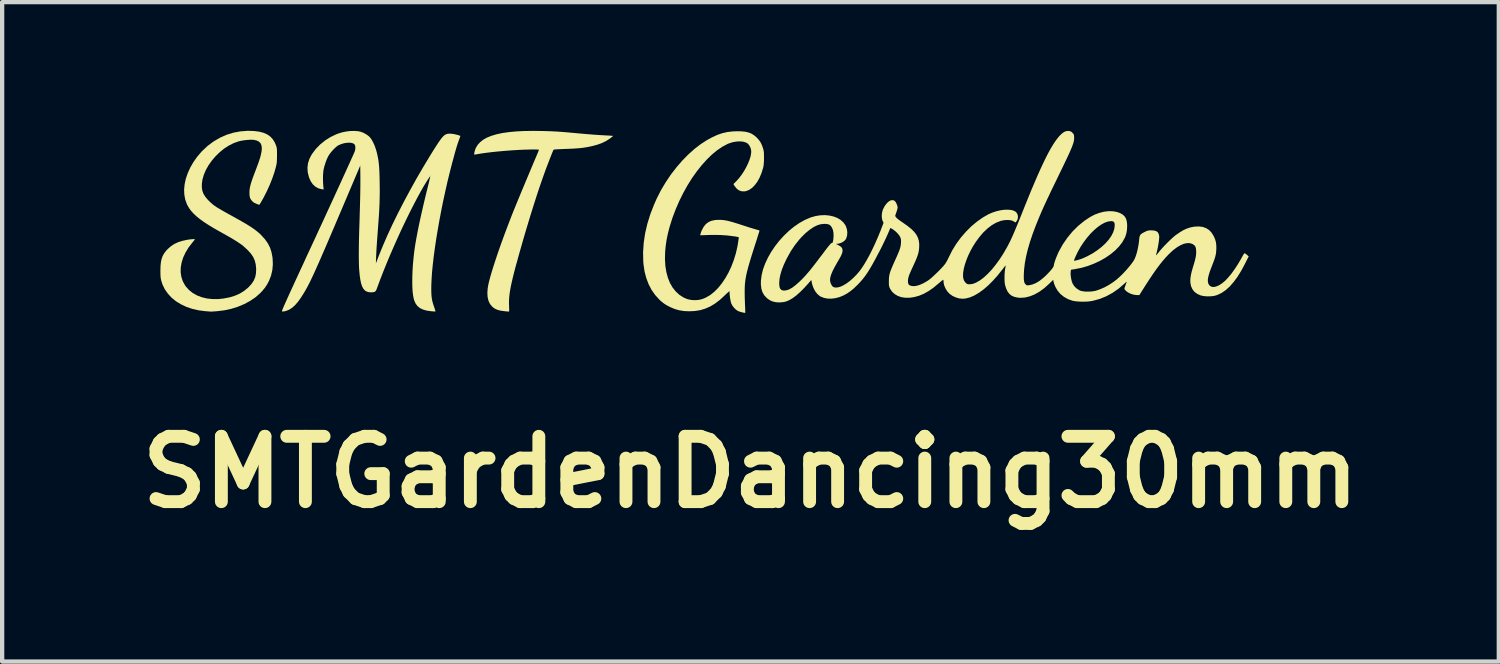
<source format=kicad_pcb>
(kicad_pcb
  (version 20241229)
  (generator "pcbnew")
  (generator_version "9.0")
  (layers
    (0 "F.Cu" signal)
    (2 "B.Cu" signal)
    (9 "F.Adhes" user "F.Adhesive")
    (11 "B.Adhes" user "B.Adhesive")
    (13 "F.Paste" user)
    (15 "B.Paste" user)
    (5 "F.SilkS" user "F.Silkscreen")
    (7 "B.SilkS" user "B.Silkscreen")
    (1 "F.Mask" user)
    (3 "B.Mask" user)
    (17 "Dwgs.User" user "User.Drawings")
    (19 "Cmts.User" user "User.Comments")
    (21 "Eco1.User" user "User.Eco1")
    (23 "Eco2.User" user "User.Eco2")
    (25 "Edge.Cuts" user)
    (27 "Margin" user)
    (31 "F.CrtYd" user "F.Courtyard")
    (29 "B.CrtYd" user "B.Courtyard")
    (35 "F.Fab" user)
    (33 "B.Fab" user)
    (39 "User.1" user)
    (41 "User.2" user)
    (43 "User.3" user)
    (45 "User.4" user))
  (footprint "SMTGardenDancing30mm"
    (layer "F.Cu")
    (at 14.449 7.958)
    (property "Reference" "SMTGardenDancing30mm" (at 0 0 0) (layer "F.SilkS") (effects (font (size 1.524 1.524) (thickness 0.3))))
    (attr board_only exclude_from_pos_files exclude_from_bom)
    (fp_poly (pts (xy -4.835 -7.953) (xy -4.802 -7.952) (xy -4.734 -7.95) (xy -4.674 -7.948) (xy -4.619 -7.946) (xy -4.568 -7.943) (xy -4.518 -7.941) (xy -4.465 -7.937) (xy -4.408 -7.933) (xy -4.344 -7.928) (xy -4.271 -7.922) (xy -4.185 -7.914) (xy -4.084 -7.905) (xy -3.967 -7.894) (xy -3.874 -7.886) (xy -3.777 -7.878) (xy -3.679 -7.87) (xy -3.586 -7.863) (xy -3.503 -7.858) (xy -3.433 -7.854) (xy -3.422 -7.853) (xy -3.359 -7.85) (xy -3.302 -7.847) (xy -3.256 -7.844) (xy -3.223 -7.841) (xy -3.206 -7.84) (xy -3.204 -7.839) (xy -3.21 -7.832) (xy -3.228 -7.816) (xy -3.256 -7.794) (xy -3.268 -7.784) (xy -3.355 -7.727) (xy -3.452 -7.678) (xy -3.561 -7.637) (xy -3.686 -7.603) (xy -3.774 -7.584) (xy -3.841 -7.572) (xy -3.907 -7.562) (xy -3.977 -7.554) (xy -4.053 -7.548) (xy -4.139 -7.542) (xy -4.238 -7.538) (xy -4.33 -7.535) (xy -4.399 -7.532) (xy -4.462 -7.529) (xy -4.515 -7.526) (xy -4.556 -7.523) (xy -4.582 -7.52) (xy -4.591 -7.517) (xy -4.598 -7.505) (xy -4.61 -7.476) (xy -4.628 -7.434) (xy -4.649 -7.38) (xy -4.674 -7.317) (xy -4.701 -7.247) (xy -4.729 -7.174) (xy -4.758 -7.099) (xy -4.785 -7.025) (xy -4.797 -6.993) (xy -4.855 -6.83) (xy -4.917 -6.65) (xy -4.982 -6.454) (xy -5.049 -6.245) (xy -5.118 -6.025) (xy -5.188 -5.795) (xy -5.259 -5.559) (xy -5.329 -5.317) (xy -5.34 -5.277) (xy -5.391 -5.099) (xy -5.435 -4.939) (xy -5.475 -4.796) (xy -5.509 -4.667) (xy -5.538 -4.551) (xy -5.562 -4.448) (xy -5.583 -4.354) (xy -5.599 -4.27) (xy -5.612 -4.194) (xy -5.621 -4.124) (xy -5.627 -4.058) (xy -5.63 -3.996) (xy -5.631 -3.936) (xy -5.629 -3.877) (xy -5.629 -3.869) (xy -5.627 -3.816) (xy -5.626 -3.781) (xy -5.627 -3.759) (xy -5.63 -3.747) (xy -5.635 -3.743) (xy -5.64 -3.743) (xy -5.658 -3.744) (xy -5.689 -3.747) (xy -5.729 -3.751) (xy -5.738 -3.752) (xy -5.829 -3.765) (xy -5.904 -3.785) (xy -5.965 -3.814) (xy -6.017 -3.853) (xy -6.061 -3.904) (xy -6.081 -3.934) (xy -6.111 -4.001) (xy -6.129 -4.082) (xy -6.135 -4.176) (xy -6.128 -4.281) (xy -6.113 -4.369) (xy -6.094 -4.451) (xy -6.068 -4.549) (xy -6.035 -4.663) (xy -5.996 -4.789) (xy -5.951 -4.927) (xy -5.902 -5.075) (xy -5.848 -5.231) (xy -5.79 -5.393) (xy -5.729 -5.56) (xy -5.665 -5.73) (xy -5.599 -5.902) (xy -5.532 -6.073) (xy -5.487 -6.182) (xy -5.46 -6.249) (xy -5.426 -6.331) (xy -5.387 -6.426) (xy -5.344 -6.53) (xy -5.297 -6.642) (xy -5.249 -6.758) (xy -5.199 -6.876) (xy -5.15 -6.993) (xy -5.103 -7.105) (xy -5.059 -7.21) (xy -5.018 -7.306) (xy -5.013 -7.318) (xy -4.989 -7.375) (xy -4.967 -7.426) (xy -4.95 -7.469) (xy -4.938 -7.499) (xy -4.932 -7.514) (xy -4.932 -7.515) (xy -4.942 -7.519) (xy -4.969 -7.521) (xy -5.011 -7.522) (xy -5.066 -7.523) (xy -5.132 -7.522) (xy -5.206 -7.52) (xy -5.285 -7.518) (xy -5.367 -7.514) (xy -5.392 -7.513) (xy -5.557 -7.503) (xy -5.719 -7.491) (xy -5.876 -7.477) (xy -6.024 -7.462) (xy -6.161 -7.445) (xy -6.282 -7.428) (xy -6.342 -7.418) (xy -6.382 -7.411) (xy -6.414 -7.406) (xy -6.433 -7.403) (xy -6.436 -7.403) (xy -6.442 -7.411) (xy -6.441 -7.434) (xy -6.435 -7.467) (xy -6.424 -7.504) (xy -6.411 -7.542) (xy -6.403 -7.56) (xy -6.361 -7.63) (xy -6.304 -7.693) (xy -6.232 -7.75) (xy -6.145 -7.799) (xy -6.041 -7.841) (xy -5.921 -7.877) (xy -5.784 -7.906) (xy -5.63 -7.928) (xy -5.458 -7.944) (xy -5.269 -7.953) (xy -5.061 -7.956)) (stroke (width 0) (type solid)) (fill yes) (layer "F.SilkS"))
    (fp_poly (pts (xy -0.207 -7.945) (xy -0.12 -7.936) (xy -0.045 -7.919) (xy 0.02 -7.893) (xy 0.079 -7.857) (xy 0.135 -7.81) (xy 0.15 -7.796) (xy 0.196 -7.745) (xy 0.232 -7.694) (xy 0.261 -7.637) (xy 0.287 -7.568) (xy 0.292 -7.553) (xy 0.301 -7.521) (xy 0.307 -7.491) (xy 0.312 -7.459) (xy 0.314 -7.419) (xy 0.315 -7.367) (xy 0.315 -7.323) (xy 0.314 -7.255) (xy 0.311 -7.202) (xy 0.307 -7.159) (xy 0.301 -7.12) (xy 0.292 -7.085) (xy 0.256 -6.969) (xy 0.212 -6.865) (xy 0.161 -6.772) (xy 0.103 -6.694) (xy 0.041 -6.63) (xy -0.026 -6.583) (xy -0.095 -6.554) (xy -0.136 -6.546) (xy -0.203 -6.547) (xy -0.264 -6.567) (xy -0.318 -6.606) (xy -0.365 -6.663) (xy -0.37 -6.671) (xy -0.398 -6.716) (xy -0.331 -6.782) (xy -0.268 -6.852) (xy -0.208 -6.931) (xy -0.151 -7.017) (xy -0.101 -7.106) (xy -0.057 -7.196) (xy -0.022 -7.283) (xy 0.003 -7.364) (xy 0.016 -7.438) (xy 0.017 -7.495) (xy 0.004 -7.554) (xy -0.021 -7.608) (xy -0.055 -7.652) (xy -0.066 -7.662) (xy -0.116 -7.689) (xy -0.178 -7.706) (xy -0.251 -7.712) (xy -0.33 -7.707) (xy -0.412 -7.693) (xy -0.494 -7.667) (xy -0.535 -7.651) (xy -0.657 -7.586) (xy -0.779 -7.503) (xy -0.9 -7.403) (xy -1.02 -7.286) (xy -1.138 -7.155) (xy -1.252 -7.011) (xy -1.363 -6.855) (xy -1.468 -6.687) (xy -1.566 -6.511) (xy -1.658 -6.326) (xy -1.741 -6.135) (xy -1.816 -5.938) (xy -1.836 -5.877) (xy -1.887 -5.714) (xy -1.926 -5.562) (xy -1.956 -5.417) (xy -1.977 -5.272) (xy -1.99 -5.132) (xy -1.994 -4.966) (xy -1.985 -4.81) (xy -1.962 -4.665) (xy -1.926 -4.532) (xy -1.878 -4.412) (xy -1.817 -4.305) (xy -1.744 -4.213) (xy -1.66 -4.135) (xy -1.564 -4.073) (xy -1.546 -4.064) (xy -1.462 -4.03) (xy -1.376 -4.013) (xy -1.297 -4.009) (xy -1.224 -4.013) (xy -1.158 -4.025) (xy -1.092 -4.047) (xy -1.035 -4.072) (xy -0.938 -4.129) (xy -0.844 -4.204) (xy -0.753 -4.295) (xy -0.667 -4.402) (xy -0.586 -4.522) (xy -0.512 -4.653) (xy -0.446 -4.794) (xy -0.389 -4.944) (xy -0.341 -5.1) (xy -0.306 -5.252) (xy -0.299 -5.291) (xy -0.292 -5.334) (xy -0.285 -5.379) (xy -0.279 -5.42) (xy -0.275 -5.453) (xy -0.274 -5.474) (xy -0.274 -5.479) (xy -0.284 -5.481) (xy -0.309 -5.485) (xy -0.345 -5.492) (xy -0.37 -5.496) (xy -0.535 -5.517) (xy -0.715 -5.529) (xy -0.91 -5.53) (xy -0.959 -5.529) (xy -1.172 -5.522) (xy -1.165 -5.555) (xy -1.157 -5.583) (xy -1.144 -5.618) (xy -1.135 -5.639) (xy -1.092 -5.719) (xy -1.041 -5.782) (xy -0.98 -5.829) (xy -0.909 -5.86) (xy -0.824 -5.878) (xy -0.741 -5.882) (xy -0.693 -5.881) (xy -0.647 -5.878) (xy -0.599 -5.872) (xy -0.548 -5.863) (xy -0.491 -5.849) (xy -0.424 -5.831) (xy -0.346 -5.807) (xy -0.252 -5.778) (xy -0.19 -5.757) (xy -0.115 -5.733) (xy -0.044 -5.71) (xy 0.021 -5.69) (xy 0.077 -5.673) (xy 0.121 -5.66) (xy 0.149 -5.652) (xy 0.153 -5.652) (xy 0.183 -5.643) (xy 0.204 -5.635) (xy 0.21 -5.629) (xy 0.207 -5.618) (xy 0.199 -5.59) (xy 0.185 -5.547) (xy 0.168 -5.492) (xy 0.148 -5.426) (xy 0.124 -5.353) (xy 0.1 -5.278) (xy 0.054 -5.134) (xy 0.014 -5.006) (xy -0.02 -4.893) (xy -0.049 -4.792) (xy -0.073 -4.702) (xy -0.093 -4.619) (xy -0.108 -4.543) (xy -0.12 -4.47) (xy -0.128 -4.399) (xy -0.133 -4.328) (xy -0.135 -4.253) (xy -0.135 -4.174) (xy -0.134 -4.087) (xy -0.131 -3.992) (xy -0.13 -3.982) (xy -0.128 -3.912) (xy -0.125 -3.849) (xy -0.123 -3.796) (xy -0.122 -3.754) (xy -0.121 -3.728) (xy -0.12 -3.719) (xy -0.123 -3.714) (xy -0.134 -3.713) (xy -0.158 -3.717) (xy -0.196 -3.726) (xy -0.202 -3.727) (xy -0.242 -3.738) (xy -0.28 -3.752) (xy -0.298 -3.76) (xy -0.342 -3.791) (xy -0.386 -3.834) (xy -0.423 -3.884) (xy -0.448 -3.933) (xy -0.458 -3.966) (xy -0.467 -4.011) (xy -0.476 -4.061) (xy -0.482 -4.113) (xy -0.487 -4.159) (xy -0.488 -4.196) (xy -0.486 -4.216) (xy -0.491 -4.217) (xy -0.508 -4.205) (xy -0.535 -4.181) (xy -0.573 -4.147) (xy -0.598 -4.122) (xy -0.712 -4.017) (xy -0.825 -3.931) (xy -0.937 -3.863) (xy -1.052 -3.812) (xy -1.171 -3.776) (xy -1.297 -3.756) (xy -1.426 -3.75) (xy -1.549 -3.755) (xy -1.662 -3.773) (xy -1.77 -3.804) (xy -1.868 -3.846) (xy -1.937 -3.881) (xy -1.993 -3.914) (xy -2.043 -3.95) (xy -2.094 -3.993) (xy -2.121 -4.018) (xy -2.219 -4.125) (xy -2.304 -4.245) (xy -2.374 -4.378) (xy -2.429 -4.523) (xy -2.47 -4.678) (xy -2.494 -4.843) (xy -2.5 -4.915) (xy -2.504 -5.132) (xy -2.489 -5.35) (xy -2.456 -5.57) (xy -2.404 -5.792) (xy -2.334 -6.017) (xy -2.244 -6.247) (xy -2.183 -6.385) (xy -2.087 -6.573) (xy -1.978 -6.756) (xy -1.859 -6.933) (xy -1.73 -7.101) (xy -1.594 -7.259) (xy -1.452 -7.404) (xy -1.306 -7.535) (xy -1.157 -7.649) (xy -1.025 -7.735) (xy -0.896 -7.806) (xy -0.774 -7.862) (xy -0.655 -7.903) (xy -0.535 -7.93) (xy -0.411 -7.944) (xy -0.31 -7.948)) (stroke (width 0) (type solid)) (fill yes) (layer "F.SilkS"))
    (fp_poly (pts (xy -11.573 -7.953) (xy -11.456 -7.938) (xy -11.355 -7.912) (xy -11.269 -7.874) (xy -11.198 -7.825) (xy -11.139 -7.762) (xy -11.092 -7.686) (xy -11.062 -7.614) (xy -11.053 -7.587) (xy -11.047 -7.561) (xy -11.043 -7.532) (xy -11.041 -7.496) (xy -11.04 -7.449) (xy -11.04 -7.386) (xy -11.04 -7.383) (xy -11.041 -7.314) (xy -11.043 -7.261) (xy -11.046 -7.216) (xy -11.052 -7.177) (xy -11.061 -7.136) (xy -11.064 -7.123) (xy -11.102 -6.986) (xy -11.153 -6.84) (xy -11.213 -6.69) (xy -11.281 -6.541) (xy -11.354 -6.398) (xy -11.4 -6.317) (xy -11.42 -6.282) (xy -11.437 -6.254) (xy -11.447 -6.238) (xy -11.449 -6.235) (xy -11.461 -6.235) (xy -11.484 -6.242) (xy -11.515 -6.254) (xy -11.547 -6.269) (xy -11.576 -6.283) (xy -11.587 -6.29) (xy -11.616 -6.315) (xy -11.643 -6.348) (xy -11.652 -6.361) (xy -11.666 -6.388) (xy -11.674 -6.414) (xy -11.68 -6.448) (xy -11.682 -6.495) (xy -11.682 -6.497) (xy -11.682 -6.551) (xy -11.677 -6.607) (xy -11.665 -6.667) (xy -11.647 -6.735) (xy -11.621 -6.815) (xy -11.587 -6.908) (xy -11.58 -6.929) (xy -11.544 -7.022) (xy -11.515 -7.1) (xy -11.491 -7.164) (xy -11.472 -7.216) (xy -11.457 -7.26) (xy -11.445 -7.297) (xy -11.434 -7.33) (xy -11.426 -7.361) (xy -11.419 -7.385) (xy -11.4 -7.476) (xy -11.394 -7.553) (xy -11.402 -7.617) (xy -11.423 -7.667) (xy -11.459 -7.704) (xy -11.509 -7.73) (xy -11.574 -7.746) (xy -11.592 -7.748) (xy -11.652 -7.75) (xy -11.724 -7.746) (xy -11.801 -7.738) (xy -11.876 -7.726) (xy -11.935 -7.712) (xy -12.05 -7.671) (xy -12.163 -7.614) (xy -12.273 -7.543) (xy -12.376 -7.459) (xy -12.472 -7.366) (xy -12.559 -7.264) (xy -12.635 -7.157) (xy -12.698 -7.046) (xy -12.747 -6.932) (xy -12.779 -6.819) (xy -12.792 -6.723) (xy -12.793 -6.637) (xy -12.781 -6.561) (xy -12.755 -6.49) (xy -12.714 -6.423) (xy -12.657 -6.354) (xy -12.631 -6.327) (xy -12.597 -6.294) (xy -12.564 -6.265) (xy -12.53 -6.236) (xy -12.491 -6.207) (xy -12.447 -6.177) (xy -12.394 -6.145) (xy -12.332 -6.108) (xy -12.258 -6.066) (xy -12.17 -6.017) (xy -12.09 -5.973) (xy -11.966 -5.904) (xy -11.858 -5.843) (xy -11.765 -5.789) (xy -11.684 -5.739) (xy -11.615 -5.694) (xy -11.554 -5.651) (xy -11.501 -5.609) (xy -11.453 -5.569) (xy -11.41 -5.527) (xy -11.404 -5.521) (xy -11.32 -5.428) (xy -11.254 -5.334) (xy -11.204 -5.236) (xy -11.169 -5.13) (xy -11.147 -5.014) (xy -11.143 -4.984) (xy -11.137 -4.845) (xy -11.149 -4.71) (xy -11.179 -4.581) (xy -11.224 -4.465) (xy -11.27 -4.377) (xy -11.321 -4.3) (xy -11.382 -4.226) (xy -11.434 -4.171) (xy -11.542 -4.076) (xy -11.666 -3.992) (xy -11.803 -3.918) (xy -11.951 -3.856) (xy -12.107 -3.807) (xy -12.27 -3.772) (xy -12.435 -3.752) (xy -12.486 -3.748) (xy -12.532 -3.745) (xy -12.567 -3.743) (xy -12.588 -3.743) (xy -12.59 -3.743) (xy -12.608 -3.744) (xy -12.641 -3.747) (xy -12.683 -3.75) (xy -12.71 -3.752) (xy -12.867 -3.772) (xy -13.016 -3.806) (xy -13.154 -3.853) (xy -13.281 -3.913) (xy -13.396 -3.984) (xy -13.497 -4.066) (xy -13.583 -4.159) (xy -13.655 -4.261) (xy -13.709 -4.371) (xy -13.737 -4.457) (xy -13.746 -4.493) (xy -13.752 -4.529) (xy -13.756 -4.569) (xy -13.758 -4.619) (xy -13.759 -4.683) (xy -13.759 -4.697) (xy -13.756 -4.804) (xy -13.747 -4.895) (xy -13.73 -4.973) (xy -13.705 -5.042) (xy -13.669 -5.104) (xy -13.623 -5.164) (xy -13.586 -5.203) (xy -13.513 -5.267) (xy -13.435 -5.319) (xy -13.347 -5.36) (xy -13.247 -5.392) (xy -13.136 -5.416) (xy -13.083 -5.424) (xy -13.035 -5.429) (xy -12.995 -5.432) (xy -12.968 -5.432) (xy -12.955 -5.428) (xy -12.955 -5.427) (xy -12.961 -5.417) (xy -12.977 -5.396) (xy -13.001 -5.368) (xy -13.012 -5.354) (xy -13.101 -5.239) (xy -13.172 -5.122) (xy -13.227 -5.005) (xy -13.264 -4.888) (xy -13.284 -4.773) (xy -13.287 -4.662) (xy -13.271 -4.554) (xy -13.238 -4.452) (xy -13.186 -4.357) (xy -13.167 -4.329) (xy -13.094 -4.247) (xy -13.006 -4.177) (xy -12.906 -4.12) (xy -12.794 -4.077) (xy -12.672 -4.048) (xy -12.543 -4.034) (xy -12.406 -4.034) (xy -12.29 -4.047) (xy -12.149 -4.074) (xy -12.023 -4.112) (xy -11.91 -4.161) (xy -11.81 -4.223) (xy -11.719 -4.297) (xy -11.694 -4.321) (xy -11.628 -4.395) (xy -11.58 -4.469) (xy -11.548 -4.546) (xy -11.531 -4.63) (xy -11.526 -4.726) (xy -11.527 -4.752) (xy -11.537 -4.848) (xy -11.559 -4.935) (xy -11.595 -5.015) (xy -11.647 -5.092) (xy -11.717 -5.17) (xy -11.727 -5.18) (xy -11.77 -5.22) (xy -11.813 -5.259) (xy -11.859 -5.296) (xy -11.91 -5.333) (xy -11.968 -5.372) (xy -12.035 -5.414) (xy -12.112 -5.46) (xy -12.203 -5.512) (xy -12.308 -5.571) (xy -12.355 -5.597) (xy -12.499 -5.679) (xy -12.626 -5.755) (xy -12.737 -5.827) (xy -12.832 -5.895) (xy -12.914 -5.961) (xy -12.983 -6.025) (xy -13.041 -6.089) (xy -13.089 -6.154) (xy -13.128 -6.221) (xy -13.142 -6.249) (xy -13.18 -6.355) (xy -13.201 -6.469) (xy -13.206 -6.589) (xy -13.194 -6.713) (xy -13.166 -6.84) (xy -13.122 -6.969) (xy -13.064 -7.098) (xy -12.991 -7.225) (xy -12.904 -7.349) (xy -12.803 -7.468) (xy -12.785 -7.487) (xy -12.658 -7.606) (xy -12.52 -7.709) (xy -12.373 -7.795) (xy -12.219 -7.864) (xy -12.058 -7.914) (xy -11.891 -7.945) (xy -11.72 -7.958)) (stroke (width 0) (type solid)) (fill yes) (layer "F.SilkS"))
    (fp_poly (pts (xy -9.152 -7.949) (xy -9.083 -7.934) (xy -9.02 -7.909) (xy -8.957 -7.874) (xy -8.902 -7.834) (xy -8.865 -7.797) (xy -8.831 -7.748) (xy -8.796 -7.684) (xy -8.763 -7.61) (xy -8.735 -7.53) (xy -8.714 -7.458) (xy -8.699 -7.392) (xy -8.686 -7.329) (xy -8.675 -7.267) (xy -8.667 -7.201) (xy -8.66 -7.13) (xy -8.655 -7.05) (xy -8.651 -6.959) (xy -8.648 -6.853) (xy -8.646 -6.748) (xy -8.645 -6.645) (xy -8.644 -6.549) (xy -8.645 -6.458) (xy -8.647 -6.368) (xy -8.649 -6.277) (xy -8.653 -6.182) (xy -8.658 -6.08) (xy -8.665 -5.969) (xy -8.674 -5.846) (xy -8.684 -5.708) (xy -8.694 -5.572) (xy -8.701 -5.478) (xy -8.708 -5.384) (xy -8.714 -5.292) (xy -8.72 -5.206) (xy -8.724 -5.13) (xy -8.727 -5.068) (xy -8.729 -5.027) (xy -8.734 -4.867) (xy -8.671 -5.032) (xy -8.577 -5.264) (xy -8.471 -5.509) (xy -8.353 -5.765) (xy -8.224 -6.028) (xy -8.085 -6.298) (xy -7.938 -6.572) (xy -7.784 -6.849) (xy -7.744 -6.918) (xy -7.463 -6.918) (xy -7.458 -6.913) (xy -7.453 -6.918) (xy -7.458 -6.923) (xy -7.463 -6.918) (xy -7.744 -6.918) (xy -7.623 -7.125) (xy -7.457 -7.4) (xy -7.381 -7.522) (xy -7.323 -7.613) (xy -7.274 -7.688) (xy -7.231 -7.749) (xy -7.194 -7.797) (xy -7.161 -7.833) (xy -7.13 -7.859) (xy -7.099 -7.877) (xy -7.068 -7.887) (xy -7.034 -7.891) (xy -6.996 -7.891) (xy -6.979 -7.89) (xy -6.941 -7.886) (xy -6.897 -7.878) (xy -6.851 -7.867) (xy -6.81 -7.856) (xy -6.779 -7.845) (xy -6.765 -7.838) (xy -6.767 -7.828) (xy -6.775 -7.805) (xy -6.787 -7.772) (xy -6.791 -7.762) (xy -6.807 -7.718) (xy -6.824 -7.67) (xy -6.842 -7.614) (xy -6.862 -7.549) (xy -6.884 -7.472) (xy -6.909 -7.381) (xy -6.938 -7.273) (xy -6.952 -7.223) (xy -7.008 -7.005) (xy -7.063 -6.782) (xy -7.114 -6.555) (xy -7.164 -6.327) (xy -7.21 -6.099) (xy -7.253 -5.873) (xy -7.292 -5.651) (xy -7.328 -5.434) (xy -7.359 -5.225) (xy -7.386 -5.024) (xy -7.408 -4.835) (xy -7.425 -4.659) (xy -7.436 -4.497) (xy -7.442 -4.351) (xy -7.443 -4.287) (xy -7.442 -4.198) (xy -7.439 -4.124) (xy -7.432 -4.061) (xy -7.422 -4.002) (xy -7.407 -3.943) (xy -7.387 -3.88) (xy -7.381 -3.863) (xy -7.366 -3.819) (xy -7.354 -3.782) (xy -7.347 -3.757) (xy -7.345 -3.746) (xy -7.345 -3.746) (xy -7.356 -3.745) (xy -7.383 -3.746) (xy -7.42 -3.749) (xy -7.449 -3.751) (xy -7.551 -3.766) (xy -7.636 -3.79) (xy -7.706 -3.824) (xy -7.762 -3.869) (xy -7.806 -3.926) (xy -7.838 -3.997) (xy -7.853 -4.047) (xy -7.867 -4.12) (xy -7.878 -4.209) (xy -7.884 -4.314) (xy -7.886 -4.432) (xy -7.885 -4.559) (xy -7.88 -4.695) (xy -7.871 -4.836) (xy -7.858 -4.98) (xy -7.842 -5.125) (xy -7.833 -5.194) (xy -7.814 -5.319) (xy -7.789 -5.461) (xy -7.759 -5.619) (xy -7.724 -5.791) (xy -7.684 -5.975) (xy -7.64 -6.169) (xy -7.592 -6.372) (xy -7.541 -6.582) (xy -7.537 -6.596) (xy -7.519 -6.671) (xy -7.502 -6.738) (xy -7.488 -6.797) (xy -7.477 -6.845) (xy -7.47 -6.879) (xy -7.466 -6.897) (xy -7.466 -6.899) (xy -7.473 -6.893) (xy -7.488 -6.873) (xy -7.509 -6.842) (xy -7.535 -6.803) (xy -7.536 -6.801) (xy -7.611 -6.679) (xy -7.691 -6.54) (xy -7.775 -6.386) (xy -7.862 -6.219) (xy -7.952 -6.042) (xy -8.043 -5.856) (xy -8.135 -5.663) (xy -8.225 -5.466) (xy -8.314 -5.266) (xy -8.401 -5.066) (xy -8.484 -4.868) (xy -8.563 -4.673) (xy -8.636 -4.484) (xy -8.703 -4.303) (xy -8.708 -4.29) (xy -8.725 -4.246) (xy -8.744 -4.217) (xy -8.768 -4.201) (xy -8.803 -4.193) (xy -8.852 -4.192) (xy -8.907 -4.197) (xy -8.954 -4.212) (xy -8.994 -4.238) (xy -9.027 -4.277) (xy -9.055 -4.329) (xy -9.078 -4.396) (xy -9.096 -4.48) (xy -9.111 -4.58) (xy -9.122 -4.7) (xy -9.123 -4.712) (xy -9.128 -4.779) (xy -9.13 -4.857) (xy -9.132 -4.947) (xy -9.133 -5.05) (xy -9.132 -5.166) (xy -9.131 -5.297) (xy -9.128 -5.444) (xy -9.124 -5.608) (xy -9.118 -5.791) (xy -9.113 -5.947) (xy -9.11 -6.067) (xy -9.106 -6.19) (xy -9.103 -6.312) (xy -9.1 -6.432) (xy -9.098 -6.545) (xy -9.097 -6.649) (xy -9.096 -6.74) (xy -9.096 -6.817) (xy -9.096 -6.853) (xy -9.099 -7.148) (xy -9.343 -6.573) (xy -9.443 -6.337) (xy -9.535 -6.12) (xy -9.621 -5.919) (xy -9.699 -5.734) (xy -9.772 -5.564) (xy -9.838 -5.409) (xy -9.899 -5.267) (xy -9.955 -5.138) (xy -10.006 -5.021) (xy -10.052 -4.915) (xy -10.095 -4.819) (xy -10.133 -4.733) (xy -10.168 -4.655) (xy -10.2 -4.586) (xy -10.23 -4.523) (xy -10.257 -4.466) (xy -10.282 -4.415) (xy -10.306 -4.369) (xy -10.328 -4.326) (xy -10.35 -4.286) (xy -10.371 -4.248) (xy -10.392 -4.212) (xy -10.413 -4.176) (xy -10.418 -4.169) (xy -10.486 -4.061) (xy -10.551 -3.971) (xy -10.614 -3.898) (xy -10.676 -3.841) (xy -10.738 -3.798) (xy -10.767 -3.783) (xy -10.808 -3.766) (xy -10.848 -3.753) (xy -10.884 -3.746) (xy -10.91 -3.744) (xy -10.924 -3.75) (xy -10.924 -3.753) (xy -10.923 -3.759) (xy -10.92 -3.771) (xy -10.913 -3.788) (xy -10.904 -3.812) (xy -10.891 -3.843) (xy -10.874 -3.882) (xy -10.853 -3.929) (xy -10.828 -3.986) (xy -10.798 -4.052) (xy -10.763 -4.13) (xy -10.723 -4.218) (xy -10.676 -4.319) (xy -10.624 -4.433) (xy -10.565 -4.561) (xy -10.5 -4.702) (xy -10.427 -4.859) (xy -10.348 -5.032) (xy -10.26 -5.221) (xy -10.164 -5.428) (xy -10.141 -5.477) (xy -10.076 -5.619) (xy -10.009 -5.763) (xy -9.942 -5.908) (xy -9.875 -6.055) (xy -9.808 -6.2) (xy -9.742 -6.343) (xy -9.678 -6.483) (xy -9.616 -6.619) (xy -9.556 -6.749) (xy -9.5 -6.873) (xy -9.447 -6.988) (xy -9.399 -7.095) (xy -9.355 -7.191) (xy -9.317 -7.276) (xy -9.284 -7.348) (xy -9.258 -7.406) (xy -9.239 -7.45) (xy -9.227 -7.477) (xy -9.224 -7.486) (xy -9.214 -7.534) (xy -9.213 -7.581) (xy -9.221 -7.621) (xy -9.229 -7.637) (xy -9.255 -7.66) (xy -9.296 -7.675) (xy -9.349 -7.681) (xy -9.409 -7.679) (xy -9.473 -7.669) (xy -9.538 -7.65) (xy -9.601 -7.624) (xy -9.605 -7.623) (xy -9.642 -7.598) (xy -9.686 -7.56) (xy -9.732 -7.514) (xy -9.777 -7.463) (xy -9.816 -7.412) (xy -9.841 -7.373) (xy -9.876 -7.302) (xy -9.908 -7.218) (xy -9.936 -7.129) (xy -9.955 -7.048) (xy -9.962 -6.993) (xy -9.967 -6.924) (xy -9.968 -6.847) (xy -9.967 -6.768) (xy -9.962 -6.692) (xy -9.961 -6.674) (xy -9.952 -6.59) (xy -10.001 -6.597) (xy -10.079 -6.618) (xy -10.147 -6.657) (xy -10.206 -6.712) (xy -10.256 -6.785) (xy -10.295 -6.875) (xy -10.298 -6.887) (xy -10.324 -6.994) (xy -10.33 -7.099) (xy -10.317 -7.202) (xy -10.284 -7.304) (xy -10.231 -7.406) (xy -10.221 -7.421) (xy -10.136 -7.534) (xy -10.035 -7.638) (xy -9.921 -7.731) (xy -9.795 -7.811) (xy -9.66 -7.876) (xy -9.607 -7.896) (xy -9.518 -7.923) (xy -9.423 -7.942) (xy -9.328 -7.953) (xy -9.236 -7.955)) (stroke (width 0) (type solid)) (fill yes) (layer "F.SilkS"))
    (fp_poly (pts (xy 7.451 -7.95) (xy 7.488 -7.931) (xy 7.523 -7.895) (xy 7.527 -7.889) (xy 7.539 -7.869) (xy 7.545 -7.844) (xy 7.547 -7.808) (xy 7.547 -7.79) (xy 7.546 -7.763) (xy 7.543 -7.735) (xy 7.536 -7.704) (xy 7.527 -7.669) (xy 7.513 -7.628) (xy 7.496 -7.581) (xy 7.472 -7.525) (xy 7.444 -7.46) (xy 7.409 -7.383) (xy 7.367 -7.294) (xy 7.318 -7.191) (xy 7.261 -7.073) (xy 7.205 -6.958) (xy 7.135 -6.812) (xy 7.072 -6.683) (xy 7.016 -6.568) (xy 6.968 -6.465) (xy 6.924 -6.374) (xy 6.886 -6.291) (xy 6.851 -6.216) (xy 6.82 -6.147) (xy 6.791 -6.082) (xy 6.764 -6.019) (xy 6.748 -5.982) (xy 6.659 -5.765) (xy 6.582 -5.561) (xy 6.518 -5.371) (xy 6.466 -5.193) (xy 6.426 -5.026) (xy 6.397 -4.87) (xy 6.38 -4.723) (xy 6.375 -4.646) (xy 6.373 -4.57) (xy 6.373 -4.51) (xy 6.377 -4.465) (xy 6.384 -4.43) (xy 6.394 -4.404) (xy 6.409 -4.384) (xy 6.414 -4.379) (xy 6.432 -4.362) (xy 6.45 -4.355) (xy 6.473 -4.354) (xy 6.495 -4.357) (xy 6.577 -4.375) (xy 6.658 -4.409) (xy 6.742 -4.46) (xy 6.829 -4.529) (xy 6.88 -4.576) (xy 6.939 -4.635) (xy 6.989 -4.689) (xy 7.029 -4.737) (xy 7.057 -4.776) (xy 7.071 -4.806) (xy 7.073 -4.816) (xy 7.077 -4.844) (xy 7.088 -4.886) (xy 7.103 -4.932) (xy 7.543 -4.932) (xy 7.552 -4.929) (xy 7.577 -4.932) (xy 7.615 -4.941) (xy 7.664 -4.955) (xy 7.693 -4.964) (xy 7.731 -4.978) (xy 7.778 -4.998) (xy 7.829 -5.021) (xy 7.857 -5.034) (xy 7.978 -5.1) (xy 8.089 -5.174) (xy 8.19 -5.252) (xy 8.278 -5.334) (xy 8.353 -5.419) (xy 8.413 -5.504) (xy 8.457 -5.59) (xy 8.484 -5.673) (xy 8.493 -5.75) (xy 8.49 -5.797) (xy 8.478 -5.828) (xy 8.455 -5.846) (xy 8.419 -5.852) (xy 8.409 -5.852) (xy 8.338 -5.843) (xy 8.262 -5.817) (xy 8.182 -5.774) (xy 8.099 -5.716) (xy 8.015 -5.645) (xy 7.931 -5.562) (xy 7.85 -5.468) (xy 7.772 -5.365) (xy 7.698 -5.253) (xy 7.646 -5.162) (xy 7.626 -5.124) (xy 7.605 -5.08) (xy 7.584 -5.036) (xy 7.566 -4.994) (xy 7.552 -4.96) (xy 7.544 -4.937) (xy 7.543 -4.932) (xy 7.103 -4.932) (xy 7.105 -4.938) (xy 7.127 -4.997) (xy 7.152 -5.058) (xy 7.178 -5.118) (xy 7.192 -5.147) (xy 7.283 -5.311) (xy 7.39 -5.466) (xy 7.51 -5.611) (xy 7.643 -5.743) (xy 7.786 -5.859) (xy 7.917 -5.946) (xy 8.022 -6.002) (xy 8.131 -6.043) (xy 8.241 -6.071) (xy 8.348 -6.084) (xy 8.451 -6.082) (xy 8.546 -6.065) (xy 8.616 -6.04) (xy 8.676 -6.007) (xy 8.72 -5.967) (xy 8.752 -5.919) (xy 8.772 -5.858) (xy 8.782 -5.784) (xy 8.783 -5.731) (xy 8.778 -5.642) (xy 8.764 -5.564) (xy 8.739 -5.488) (xy 8.724 -5.456) (xy 8.667 -5.356) (xy 8.592 -5.259) (xy 8.501 -5.166) (xy 8.395 -5.079) (xy 8.277 -4.998) (xy 8.149 -4.925) (xy 8.011 -4.861) (xy 7.867 -4.806) (xy 7.718 -4.763) (xy 7.565 -4.733) (xy 7.556 -4.731) (xy 7.474 -4.719) (xy 7.467 -4.673) (xy 7.464 -4.623) (xy 7.469 -4.562) (xy 7.48 -4.498) (xy 7.495 -4.438) (xy 7.509 -4.401) (xy 7.548 -4.337) (xy 7.602 -4.283) (xy 7.667 -4.241) (xy 7.691 -4.23) (xy 7.742 -4.217) (xy 7.807 -4.209) (xy 7.88 -4.208) (xy 7.955 -4.212) (xy 8.026 -4.223) (xy 8.056 -4.23) (xy 8.15 -4.262) (xy 8.251 -4.306) (xy 8.352 -4.361) (xy 8.45 -4.424) (xy 8.534 -4.487) (xy 8.613 -4.557) (xy 8.695 -4.638) (xy 8.776 -4.726) (xy 8.851 -4.815) (xy 8.915 -4.9) (xy 8.936 -4.932) (xy 8.963 -4.982) (xy 8.988 -5.048) (xy 9.012 -5.126) (xy 9.032 -5.213) (xy 9.049 -5.305) (xy 9.061 -5.396) (xy 9.062 -5.414) (xy 9.068 -5.467) (xy 9.077 -5.505) (xy 9.092 -5.534) (xy 9.116 -5.557) (xy 9.154 -5.58) (xy 9.193 -5.6) (xy 9.233 -5.619) (xy 9.265 -5.63) (xy 9.296 -5.636) (xy 9.335 -5.637) (xy 9.348 -5.637) (xy 9.414 -5.632) (xy 9.463 -5.617) (xy 9.498 -5.59) (xy 9.52 -5.55) (xy 9.53 -5.504) (xy 9.531 -5.472) (xy 9.527 -5.426) (xy 9.52 -5.368) (xy 9.51 -5.304) (xy 9.498 -5.238) (xy 9.484 -5.173) (xy 9.474 -5.132) (xy 9.465 -5.097) (xy 9.459 -5.069) (xy 9.457 -5.056) (xy 9.458 -5.055) (xy 9.465 -5.061) (xy 9.481 -5.08) (xy 9.505 -5.108) (xy 9.527 -5.136) (xy 9.572 -5.19) (xy 9.627 -5.251) (xy 9.687 -5.314) (xy 9.749 -5.376) (xy 9.81 -5.434) (xy 9.865 -5.484) (xy 9.912 -5.523) (xy 9.919 -5.528) (xy 10.012 -5.592) (xy 10.097 -5.643) (xy 10.179 -5.68) (xy 10.26 -5.706) (xy 10.345 -5.722) (xy 10.353 -5.723) (xy 10.455 -5.728) (xy 10.545 -5.717) (xy 10.625 -5.688) (xy 10.694 -5.644) (xy 10.752 -5.582) (xy 10.801 -5.503) (xy 10.803 -5.499) (xy 10.833 -5.43) (xy 10.852 -5.365) (xy 10.861 -5.296) (xy 10.863 -5.218) (xy 10.861 -5.184) (xy 10.858 -5.136) (xy 10.853 -5.093) (xy 10.844 -5.05) (xy 10.832 -5.003) (xy 10.814 -4.95) (xy 10.791 -4.887) (xy 10.761 -4.809) (xy 10.753 -4.788) (xy 10.716 -4.691) (xy 10.689 -4.609) (xy 10.672 -4.541) (xy 10.664 -4.484) (xy 10.666 -4.436) (xy 10.676 -4.396) (xy 10.682 -4.382) (xy 10.71 -4.344) (xy 10.749 -4.322) (xy 10.796 -4.315) (xy 10.851 -4.325) (xy 10.912 -4.349) (xy 10.977 -4.388) (xy 11.046 -4.442) (xy 11.078 -4.471) (xy 11.144 -4.542) (xy 11.215 -4.628) (xy 11.288 -4.729) (xy 11.361 -4.84) (xy 11.432 -4.96) (xy 11.477 -5.041) (xy 11.497 -5.077) (xy 11.511 -5.097) (xy 11.524 -5.102) (xy 11.542 -5.093) (xy 11.57 -5.071) (xy 11.584 -5.059) (xy 11.617 -5.031) (xy 11.531 -4.859) (xy 11.445 -4.698) (xy 11.357 -4.556) (xy 11.266 -4.432) (xy 11.174 -4.327) (xy 11.079 -4.242) (xy 10.983 -4.176) (xy 10.885 -4.13) (xy 10.824 -4.111) (xy 10.766 -4.102) (xy 10.697 -4.098) (xy 10.626 -4.099) (xy 10.559 -4.106) (xy 10.502 -4.119) (xy 10.494 -4.121) (xy 10.415 -4.157) (xy 10.351 -4.205) (xy 10.304 -4.266) (xy 10.272 -4.338) (xy 10.257 -4.422) (xy 10.256 -4.433) (xy 10.256 -4.485) (xy 10.261 -4.541) (xy 10.272 -4.605) (xy 10.289 -4.679) (xy 10.314 -4.767) (xy 10.324 -4.799) (xy 10.349 -4.882) (xy 10.367 -4.95) (xy 10.38 -5.006) (xy 10.388 -5.054) (xy 10.392 -5.097) (xy 10.393 -5.14) (xy 10.392 -5.159) (xy 10.387 -5.214) (xy 10.376 -5.253) (xy 10.357 -5.283) (xy 10.327 -5.306) (xy 10.304 -5.32) (xy 10.246 -5.338) (xy 10.18 -5.339) (xy 10.107 -5.324) (xy 10.029 -5.291) (xy 9.947 -5.243) (xy 9.861 -5.179) (xy 9.819 -5.142) (xy 9.751 -5.077) (xy 9.683 -5.006) (xy 9.614 -4.926) (xy 9.542 -4.836) (xy 9.466 -4.735) (xy 9.386 -4.621) (xy 9.3 -4.492) (xy 9.207 -4.349) (xy 9.146 -4.252) (xy 9.067 -4.127) (xy 9.003 -4.128) (xy 8.94 -4.136) (xy 8.877 -4.154) (xy 8.818 -4.181) (xy 8.768 -4.214) (xy 8.732 -4.25) (xy 8.729 -4.255) (xy 8.722 -4.268) (xy 8.72 -4.281) (xy 8.724 -4.301) (xy 8.735 -4.332) (xy 8.744 -4.355) (xy 8.757 -4.392) (xy 8.768 -4.421) (xy 8.773 -4.438) (xy 8.773 -4.44) (xy 8.767 -4.436) (xy 8.75 -4.422) (xy 8.725 -4.4) (xy 8.721 -4.396) (xy 8.587 -4.28) (xy 8.445 -4.181) (xy 8.297 -4.1) (xy 8.144 -4.038) (xy 7.987 -3.995) (xy 7.937 -3.986) (xy 7.873 -3.978) (xy 7.799 -3.974) (xy 7.72 -3.974) (xy 7.644 -3.977) (xy 7.574 -3.984) (xy 7.517 -3.994) (xy 7.508 -3.996) (xy 7.402 -4.034) (xy 7.307 -4.088) (xy 7.225 -4.155) (xy 7.158 -4.235) (xy 7.114 -4.311) (xy 7.095 -4.354) (xy 7.079 -4.396) (xy 7.069 -4.43) (xy 7.067 -4.438) (xy 7.063 -4.464) (xy 7.059 -4.48) (xy 7.058 -4.482) (xy 7.051 -4.475) (xy 7.032 -4.457) (xy 7.004 -4.43) (xy 6.97 -4.397) (xy 6.962 -4.389) (xy 6.851 -4.289) (xy 6.738 -4.207) (xy 6.625 -4.143) (xy 6.513 -4.098) (xy 6.402 -4.071) (xy 6.292 -4.064) (xy 6.23 -4.069) (xy 6.153 -4.086) (xy 6.088 -4.114) (xy 6.036 -4.156) (xy 5.994 -4.212) (xy 5.96 -4.285) (xy 5.938 -4.356) (xy 5.929 -4.405) (xy 5.924 -4.468) (xy 5.923 -4.539) (xy 5.925 -4.612) (xy 5.93 -4.682) (xy 5.937 -4.731) (xy 5.944 -4.77) (xy 5.948 -4.799) (xy 5.95 -4.816) (xy 5.949 -4.818) (xy 5.943 -4.812) (xy 5.926 -4.792) (xy 5.903 -4.762) (xy 5.874 -4.724) (xy 5.865 -4.714) (xy 5.756 -4.577) (xy 5.646 -4.455) (xy 5.537 -4.347) (xy 5.428 -4.254) (xy 5.322 -4.178) (xy 5.218 -4.117) (xy 5.118 -4.074) (xy 5.023 -4.049) (xy 4.947 -4.042) (xy 4.867 -4.05) (xy 4.785 -4.074) (xy 4.708 -4.11) (xy 4.643 -4.157) (xy 4.64 -4.159) (xy 4.591 -4.213) (xy 4.55 -4.277) (xy 4.52 -4.344) (xy 4.504 -4.411) (xy 4.502 -4.442) (xy 4.5 -4.468) (xy 4.497 -4.483) (xy 4.496 -4.484) (xy 4.486 -4.48) (xy 4.465 -4.465) (xy 4.435 -4.441) (xy 4.399 -4.41) (xy 4.388 -4.401) (xy 4.27 -4.302) (xy 4.155 -4.222) (xy 4.044 -4.159) (xy 3.933 -4.113) (xy 3.821 -4.082) (xy 3.715 -4.066) (xy 3.613 -4.065) (xy 3.519 -4.079) (xy 3.435 -4.108) (xy 3.362 -4.151) (xy 3.302 -4.206) (xy 3.256 -4.274) (xy 3.253 -4.282) (xy 3.241 -4.307) (xy 3.234 -4.33) (xy 3.229 -4.356) (xy 3.227 -4.39) (xy 3.227 -4.438) (xy 3.227 -4.457) (xy 3.228 -4.504) (xy 3.231 -4.547) (xy 3.237 -4.588) (xy 3.247 -4.632) (xy 3.262 -4.679) (xy 3.283 -4.734) (xy 3.31 -4.8) (xy 3.345 -4.879) (xy 3.369 -4.933) (xy 3.408 -5.018) (xy 3.438 -5.089) (xy 3.462 -5.146) (xy 3.48 -5.194) (xy 3.492 -5.236) (xy 3.501 -5.273) (xy 3.506 -5.308) (xy 3.509 -5.342) (xy 3.511 -5.388) (xy 3.509 -5.421) (xy 3.503 -5.449) (xy 3.492 -5.478) (xy 3.491 -5.48) (xy 3.468 -5.52) (xy 3.431 -5.565) (xy 3.387 -5.609) (xy 3.339 -5.647) (xy 3.304 -5.67) (xy 3.262 -5.693) (xy 3.248 -5.66) (xy 3.204 -5.557) (xy 3.16 -5.459) (xy 3.114 -5.362) (xy 3.066 -5.263) (xy 3.012 -5.157) (xy 2.951 -5.042) (xy 2.901 -4.947) (xy 2.838 -4.833) (xy 2.78 -4.734) (xy 2.726 -4.648) (xy 2.673 -4.572) (xy 2.619 -4.502) (xy 2.562 -4.436) (xy 2.5 -4.37) (xy 2.486 -4.357) (xy 2.406 -4.28) (xy 2.33 -4.218) (xy 2.254 -4.166) (xy 2.173 -4.121) (xy 2.173 -4.121) (xy 2.079 -4.082) (xy 1.982 -4.056) (xy 1.887 -4.044) (xy 1.796 -4.046) (xy 1.711 -4.063) (xy 1.636 -4.093) (xy 1.613 -4.107) (xy 1.558 -4.154) (xy 1.509 -4.217) (xy 1.469 -4.292) (xy 1.439 -4.376) (xy 1.426 -4.438) (xy 1.419 -4.48) (xy 1.348 -4.398) (xy 1.247 -4.287) (xy 1.153 -4.194) (xy 1.066 -4.117) (xy 0.985 -4.057) (xy 0.908 -4.011) (xy 0.835 -3.98) (xy 0.822 -3.976) (xy 0.762 -3.963) (xy 0.693 -3.957) (xy 0.624 -3.958) (xy 0.564 -3.966) (xy 0.499 -3.985) (xy 0.443 -4.013) (xy 0.388 -4.053) (xy 0.372 -4.067) (xy 0.319 -4.126) (xy 0.28 -4.194) (xy 0.255 -4.273) (xy 0.243 -4.366) (xy 0.243 -4.404) (xy 0.67 -4.404) (xy 0.673 -4.345) (xy 0.682 -4.301) (xy 0.699 -4.269) (xy 0.723 -4.247) (xy 0.754 -4.235) (xy 0.796 -4.233) (xy 0.846 -4.241) (xy 0.897 -4.258) (xy 0.914 -4.266) (xy 0.976 -4.302) (xy 1.045 -4.354) (xy 1.121 -4.42) (xy 1.203 -4.498) (xy 1.287 -4.588) (xy 1.373 -4.688) (xy 1.377 -4.692) (xy 1.404 -4.726) (xy 1.442 -4.774) (xy 1.487 -4.831) (xy 1.537 -4.896) (xy 1.59 -4.966) (xy 1.643 -5.036) (xy 1.669 -5.069) (xy 1.726 -5.146) (xy 1.773 -5.208) (xy 1.811 -5.256) (xy 1.841 -5.292) (xy 1.863 -5.317) (xy 1.879 -5.333) (xy 1.89 -5.341) (xy 1.896 -5.342) (xy 1.907 -5.344) (xy 1.915 -5.352) (xy 1.921 -5.37) (xy 1.928 -5.402) (xy 1.931 -5.423) (xy 1.938 -5.505) (xy 1.935 -5.582) (xy 1.921 -5.65) (xy 1.897 -5.706) (xy 1.865 -5.749) (xy 1.841 -5.767) (xy 1.8 -5.782) (xy 1.747 -5.788) (xy 1.686 -5.786) (xy 1.624 -5.776) (xy 1.567 -5.759) (xy 1.477 -5.716) (xy 1.384 -5.654) (xy 1.289 -5.577) (xy 1.195 -5.485) (xy 1.139 -5.423) (xy 1.036 -5.293) (xy 0.943 -5.155) (xy 0.859 -5.005) (xy 0.835 -4.959) (xy 0.775 -4.83) (xy 0.729 -4.712) (xy 0.697 -4.604) (xy 0.677 -4.504) (xy 0.67 -4.409) (xy 0.67 -4.404) (xy 0.243 -4.404) (xy 0.243 -4.457) (xy 0.259 -4.588) (xy 0.291 -4.723) (xy 0.341 -4.86) (xy 0.405 -4.997) (xy 0.482 -5.133) (xy 0.571 -5.265) (xy 0.67 -5.392) (xy 0.778 -5.511) (xy 0.893 -5.622) (xy 1.015 -5.722) (xy 1.14 -5.808) (xy 1.269 -5.88) (xy 1.399 -5.936) (xy 1.411 -5.94) (xy 1.521 -5.971) (xy 1.631 -5.988) (xy 1.739 -5.992) (xy 1.841 -5.982) (xy 1.937 -5.96) (xy 2.024 -5.927) (xy 2.1 -5.881) (xy 2.163 -5.825) (xy 2.212 -5.759) (xy 2.225 -5.732) (xy 2.249 -5.662) (xy 2.258 -5.589) (xy 2.253 -5.518) (xy 2.234 -5.454) (xy 2.217 -5.422) (xy 2.186 -5.389) (xy 2.141 -5.359) (xy 2.09 -5.337) (xy 2.042 -5.325) (xy 1.993 -5.32) (xy 2.053 -5.29) (xy 2.101 -5.261) (xy 2.131 -5.23) (xy 2.145 -5.194) (xy 2.146 -5.15) (xy 2.146 -5.148) (xy 2.141 -5.122) (xy 2.133 -5.095) (xy 2.12 -5.063) (xy 2.101 -5.024) (xy 2.074 -4.975) (xy 2.038 -4.913) (xy 2.023 -4.889) (xy 1.964 -4.784) (xy 1.917 -4.692) (xy 1.884 -4.614) (xy 1.863 -4.547) (xy 1.855 -4.491) (xy 1.857 -4.452) (xy 1.87 -4.405) (xy 1.89 -4.362) (xy 1.914 -4.33) (xy 1.932 -4.316) (xy 1.978 -4.303) (xy 2.034 -4.306) (xy 2.098 -4.323) (xy 2.167 -4.355) (xy 2.241 -4.4) (xy 2.318 -4.457) (xy 2.395 -4.525) (xy 2.472 -4.603) (xy 2.532 -4.672) (xy 2.588 -4.746) (xy 2.648 -4.838) (xy 2.711 -4.944) (xy 2.776 -5.063) (xy 2.841 -5.192) (xy 2.906 -5.33) (xy 2.969 -5.474) (xy 3.03 -5.621) (xy 3.056 -5.69) (xy 3.103 -5.812) (xy 3.081 -5.858) (xy 3.066 -5.907) (xy 3.061 -5.968) (xy 3.065 -6.033) (xy 3.079 -6.097) (xy 3.095 -6.137) (xy 3.131 -6.205) (xy 3.172 -6.261) (xy 3.215 -6.303) (xy 3.259 -6.331) (xy 3.301 -6.342) (xy 3.341 -6.336) (xy 3.364 -6.322) (xy 3.383 -6.3) (xy 3.402 -6.266) (xy 3.418 -6.226) (xy 3.429 -6.189) (xy 3.431 -6.169) (xy 3.428 -6.149) (xy 3.42 -6.117) (xy 3.408 -6.077) (xy 3.402 -6.06) (xy 3.373 -5.973) (xy 3.395 -5.94) (xy 3.412 -5.922) (xy 3.443 -5.895) (xy 3.487 -5.862) (xy 3.541 -5.825) (xy 3.566 -5.808) (xy 3.667 -5.736) (xy 3.75 -5.669) (xy 3.817 -5.603) (xy 3.867 -5.538) (xy 3.902 -5.47) (xy 3.925 -5.398) (xy 3.935 -5.32) (xy 3.933 -5.234) (xy 3.93 -5.199) (xy 3.924 -5.153) (xy 3.914 -5.106) (xy 3.899 -5.057) (xy 3.879 -5.001) (xy 3.852 -4.935) (xy 3.817 -4.857) (xy 3.792 -4.802) (xy 3.755 -4.722) (xy 3.726 -4.656) (xy 3.704 -4.604) (xy 3.689 -4.56) (xy 3.679 -4.524) (xy 3.674 -4.492) (xy 3.672 -4.462) (xy 3.671 -4.454) (xy 3.675 -4.408) (xy 3.687 -4.376) (xy 3.711 -4.355) (xy 3.747 -4.342) (xy 3.804 -4.335) (xy 3.872 -4.343) (xy 3.948 -4.366) (xy 4.031 -4.403) (xy 4.117 -4.452) (xy 4.149 -4.473) (xy 4.186 -4.501) (xy 4.232 -4.54) (xy 4.284 -4.588) (xy 4.339 -4.64) (xy 4.394 -4.694) (xy 4.446 -4.748) (xy 4.491 -4.796) (xy 4.526 -4.838) (xy 4.545 -4.863) (xy 4.566 -4.897) (xy 4.591 -4.942) (xy 4.615 -4.991) (xy 4.626 -5.014) (xy 4.705 -5.171) (xy 4.799 -5.323) (xy 4.906 -5.469) (xy 5.024 -5.605) (xy 5.15 -5.731) (xy 5.283 -5.842) (xy 5.42 -5.938) (xy 5.551 -6.013) (xy 5.639 -6.051) (xy 5.73 -6.081) (xy 5.821 -6.103) (xy 5.909 -6.116) (xy 5.991 -6.119) (xy 6.066 -6.114) (xy 6.129 -6.099) (xy 6.178 -6.074) (xy 6.193 -6.062) (xy 6.22 -6.024) (xy 6.235 -5.977) (xy 6.236 -5.927) (xy 6.223 -5.88) (xy 6.199 -5.844) (xy 6.174 -5.819) (xy 6.148 -5.84) (xy 6.107 -5.862) (xy 6.051 -5.875) (xy 5.987 -5.879) (xy 5.916 -5.874) (xy 5.844 -5.86) (xy 5.828 -5.855) (xy 5.727 -5.815) (xy 5.626 -5.757) (xy 5.526 -5.68) (xy 5.427 -5.586) (xy 5.333 -5.475) (xy 5.251 -5.363) (xy 5.185 -5.259) (xy 5.126 -5.151) (xy 5.074 -5.042) (xy 5.031 -4.934) (xy 4.996 -4.83) (xy 4.972 -4.732) (xy 4.958 -4.643) (xy 4.956 -4.566) (xy 4.962 -4.519) (xy 4.977 -4.472) (xy 5.002 -4.431) (xy 5.033 -4.399) (xy 5.066 -4.382) (xy 5.078 -4.38) (xy 5.134 -4.381) (xy 5.183 -4.389) (xy 5.234 -4.407) (xy 5.267 -4.422) (xy 5.354 -4.472) (xy 5.443 -4.54) (xy 5.535 -4.625) (xy 5.628 -4.724) (xy 5.72 -4.838) (xy 5.811 -4.963) (xy 5.899 -5.1) (xy 5.983 -5.245) (xy 6.056 -5.386) (xy 6.079 -5.435) (xy 6.108 -5.499) (xy 6.141 -5.575) (xy 6.177 -5.66) (xy 6.215 -5.75) (xy 6.253 -5.843) (xy 6.29 -5.935) (xy 6.293 -5.942) (xy 6.386 -6.175) (xy 6.473 -6.39) (xy 6.554 -6.588) (xy 6.631 -6.768) (xy 6.702 -6.933) (xy 6.769 -7.082) (xy 6.832 -7.217) (xy 6.891 -7.338) (xy 6.947 -7.447) (xy 7 -7.543) (xy 7.051 -7.628) (xy 7.099 -7.702) (xy 7.145 -7.766) (xy 7.189 -7.821) (xy 7.209 -7.843) (xy 7.262 -7.894) (xy 7.31 -7.929) (xy 7.356 -7.949) (xy 7.403 -7.955) (xy 7.404 -7.955)) (stroke (width 0) (type solid)) (fill yes) (layer "F.SilkS")))
  (gr_rect
    (start -3 -3)
    (end 31.898 12.376)
    (stroke (width 0.1) (type default))
    (fill no)
    (layer "Edge.Cuts")))
</source>
